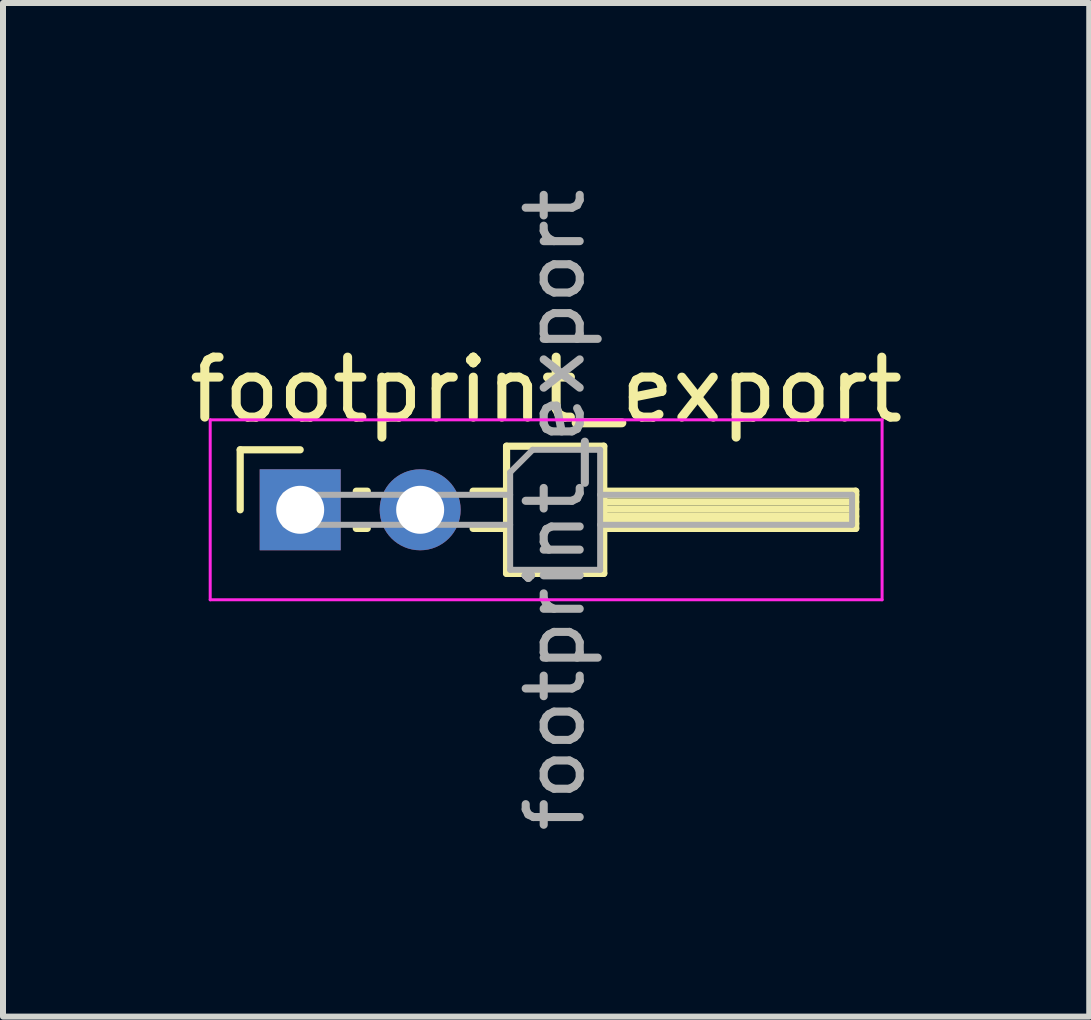
<source format=kicad_pcb>
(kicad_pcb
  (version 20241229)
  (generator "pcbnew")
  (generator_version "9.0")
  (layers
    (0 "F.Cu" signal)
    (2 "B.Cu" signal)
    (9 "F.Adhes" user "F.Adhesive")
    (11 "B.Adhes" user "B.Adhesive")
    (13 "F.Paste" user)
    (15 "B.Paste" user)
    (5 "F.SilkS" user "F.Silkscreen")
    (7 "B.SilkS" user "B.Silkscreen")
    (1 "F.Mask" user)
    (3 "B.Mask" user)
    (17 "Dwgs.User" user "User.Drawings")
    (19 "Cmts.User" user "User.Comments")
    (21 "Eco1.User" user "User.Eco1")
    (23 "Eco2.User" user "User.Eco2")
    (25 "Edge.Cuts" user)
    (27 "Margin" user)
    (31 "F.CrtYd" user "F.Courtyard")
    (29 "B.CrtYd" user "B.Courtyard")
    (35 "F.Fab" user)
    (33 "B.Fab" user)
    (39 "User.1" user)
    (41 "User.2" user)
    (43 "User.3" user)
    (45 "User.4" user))
  (footprint "footprint_export"
    (layer "F.Cu")
    (at 1.954 5.448)
    (property "Reference" "footprint_export" (at 4.1 -2 0) (layer "F.SilkS") (effects (font (size 1 1) (thickness 0.15))))
    (attr through_hole)
    (fp_line (start -1 -1) (end 0 -1) (stroke (width 0.12) (type solid)) (layer "F.SilkS"))
    (fp_line (start -1 0) (end -1 -1) (stroke (width 0.12) (type solid)) (layer "F.SilkS"))
    (fp_line (start 0.935 -0.31) (end 1.118 -0.31) (stroke (width 0.12) (type solid)) (layer "F.SilkS"))
    (fp_line (start 0.935 0.31) (end 1.118 0.31) (stroke (width 0.12) (type solid)) (layer "F.SilkS"))
    (fp_line (start 2.882 -0.31) (end 3.44 -0.31) (stroke (width 0.12) (type solid)) (layer "F.SilkS"))
    (fp_line (start 2.882 0.31) (end 3.44 0.31) (stroke (width 0.12) (type solid)) (layer "F.SilkS"))
    (fp_line (start 3.44 -1.06) (end 3.44 1.06) (stroke (width 0.12) (type solid)) (layer "F.SilkS"))
    (fp_line (start 3.44 1.06) (end 5.06 1.06) (stroke (width 0.12) (type solid)) (layer "F.SilkS"))
    (fp_line (start 5.06 -1.06) (end 3.44 -1.06) (stroke (width 0.12) (type solid)) (layer "F.SilkS"))
    (fp_line (start 5.06 -0.31) (end 9.26 -0.31) (stroke (width 0.12) (type solid)) (layer "F.SilkS"))
    (fp_line (start 5.06 -0.25) (end 9.26 -0.25) (stroke (width 0.12) (type solid)) (layer "F.SilkS"))
    (fp_line (start 5.06 -0.13) (end 9.26 -0.13) (stroke (width 0.12) (type solid)) (layer "F.SilkS"))
    (fp_line (start 5.06 -0.01) (end 9.26 -0.01) (stroke (width 0.12) (type solid)) (layer "F.SilkS"))
    (fp_line (start 5.06 0.11) (end 9.26 0.11) (stroke (width 0.12) (type solid)) (layer "F.SilkS"))
    (fp_line (start 5.06 0.23) (end 9.26 0.23) (stroke (width 0.12) (type solid)) (layer "F.SilkS"))
    (fp_line (start 5.06 1.06) (end 5.06 -1.06) (stroke (width 0.12) (type solid)) (layer "F.SilkS"))
    (fp_line (start 9.26 -0.31) (end 9.26 0.31) (stroke (width 0.12) (type solid)) (layer "F.SilkS"))
    (fp_line (start 9.26 0.31) (end 5.06 0.31) (stroke (width 0.12) (type solid)) (layer "F.SilkS"))
    (fp_line (start -1.5 -1.5) (end -1.5 1.5) (stroke (width 0.05) (type solid)) (layer "F.CrtYd"))
    (fp_line (start -1.5 1.5) (end 9.7 1.5) (stroke (width 0.05) (type solid)) (layer "F.CrtYd"))
    (fp_line (start 9.7 -1.5) (end -1.5 -1.5) (stroke (width 0.05) (type solid)) (layer "F.CrtYd"))
    (fp_line (start 9.7 1.5) (end 9.7 -1.5) (stroke (width 0.05) (type solid)) (layer "F.CrtYd"))
    (fp_line (start -0.25 -0.25) (end -0.25 0.25) (stroke (width 0.1) (type solid)) (layer "F.Fab"))
    (fp_line (start -0.25 -0.25) (end 3.5 -0.25) (stroke (width 0.1) (type solid)) (layer "F.Fab"))
    (fp_line (start -0.25 0.25) (end 3.5 0.25) (stroke (width 0.1) (type solid)) (layer "F.Fab"))
    (fp_line (start 3.5 -0.625) (end 3.875 -1) (stroke (width 0.1) (type solid)) (layer "F.Fab"))
    (fp_line (start 3.5 1) (end 3.5 -0.625) (stroke (width 0.1) (type solid)) (layer "F.Fab"))
    (fp_line (start 3.875 -1) (end 5 -1) (stroke (width 0.1) (type solid)) (layer "F.Fab"))
    (fp_line (start 5 -1) (end 5 1) (stroke (width 0.1) (type solid)) (layer "F.Fab"))
    (fp_line (start 5 -0.25) (end 9.2 -0.25) (stroke (width 0.1) (type solid)) (layer "F.Fab"))
    (fp_line (start 5 0.25) (end 9.2 0.25) (stroke (width 0.1) (type solid)) (layer "F.Fab"))
    (fp_line (start 5 1) (end 3.5 1) (stroke (width 0.1) (type solid)) (layer "F.Fab"))
    (fp_line (start 9.2 -0.25) (end 9.2 0.25) (stroke (width 0.1) (type solid)) (layer "F.Fab"))
    (fp_text user "${REFERENCE}" (at 4.25 0 90) (layer "F.Fab") (effects (font (size 0.9 0.9) (thickness 0.135))))
    (pad "1" thru_hole rect (at 0 0) (size 1.35 1.35) (drill 0.8) (layers "*.Cu" "*.Mask"))
    (pad "2" thru_hole oval (at 2 0) (size 1.35 1.35) (drill 0.8) (layers "*.Cu" "*.Mask")))
  (gr_rect
    (start -3 -3)
    (end 15.107 13.896)
    (stroke (width 0.1) (type default))
    (fill no)
    (layer "Edge.Cuts")))
</source>
